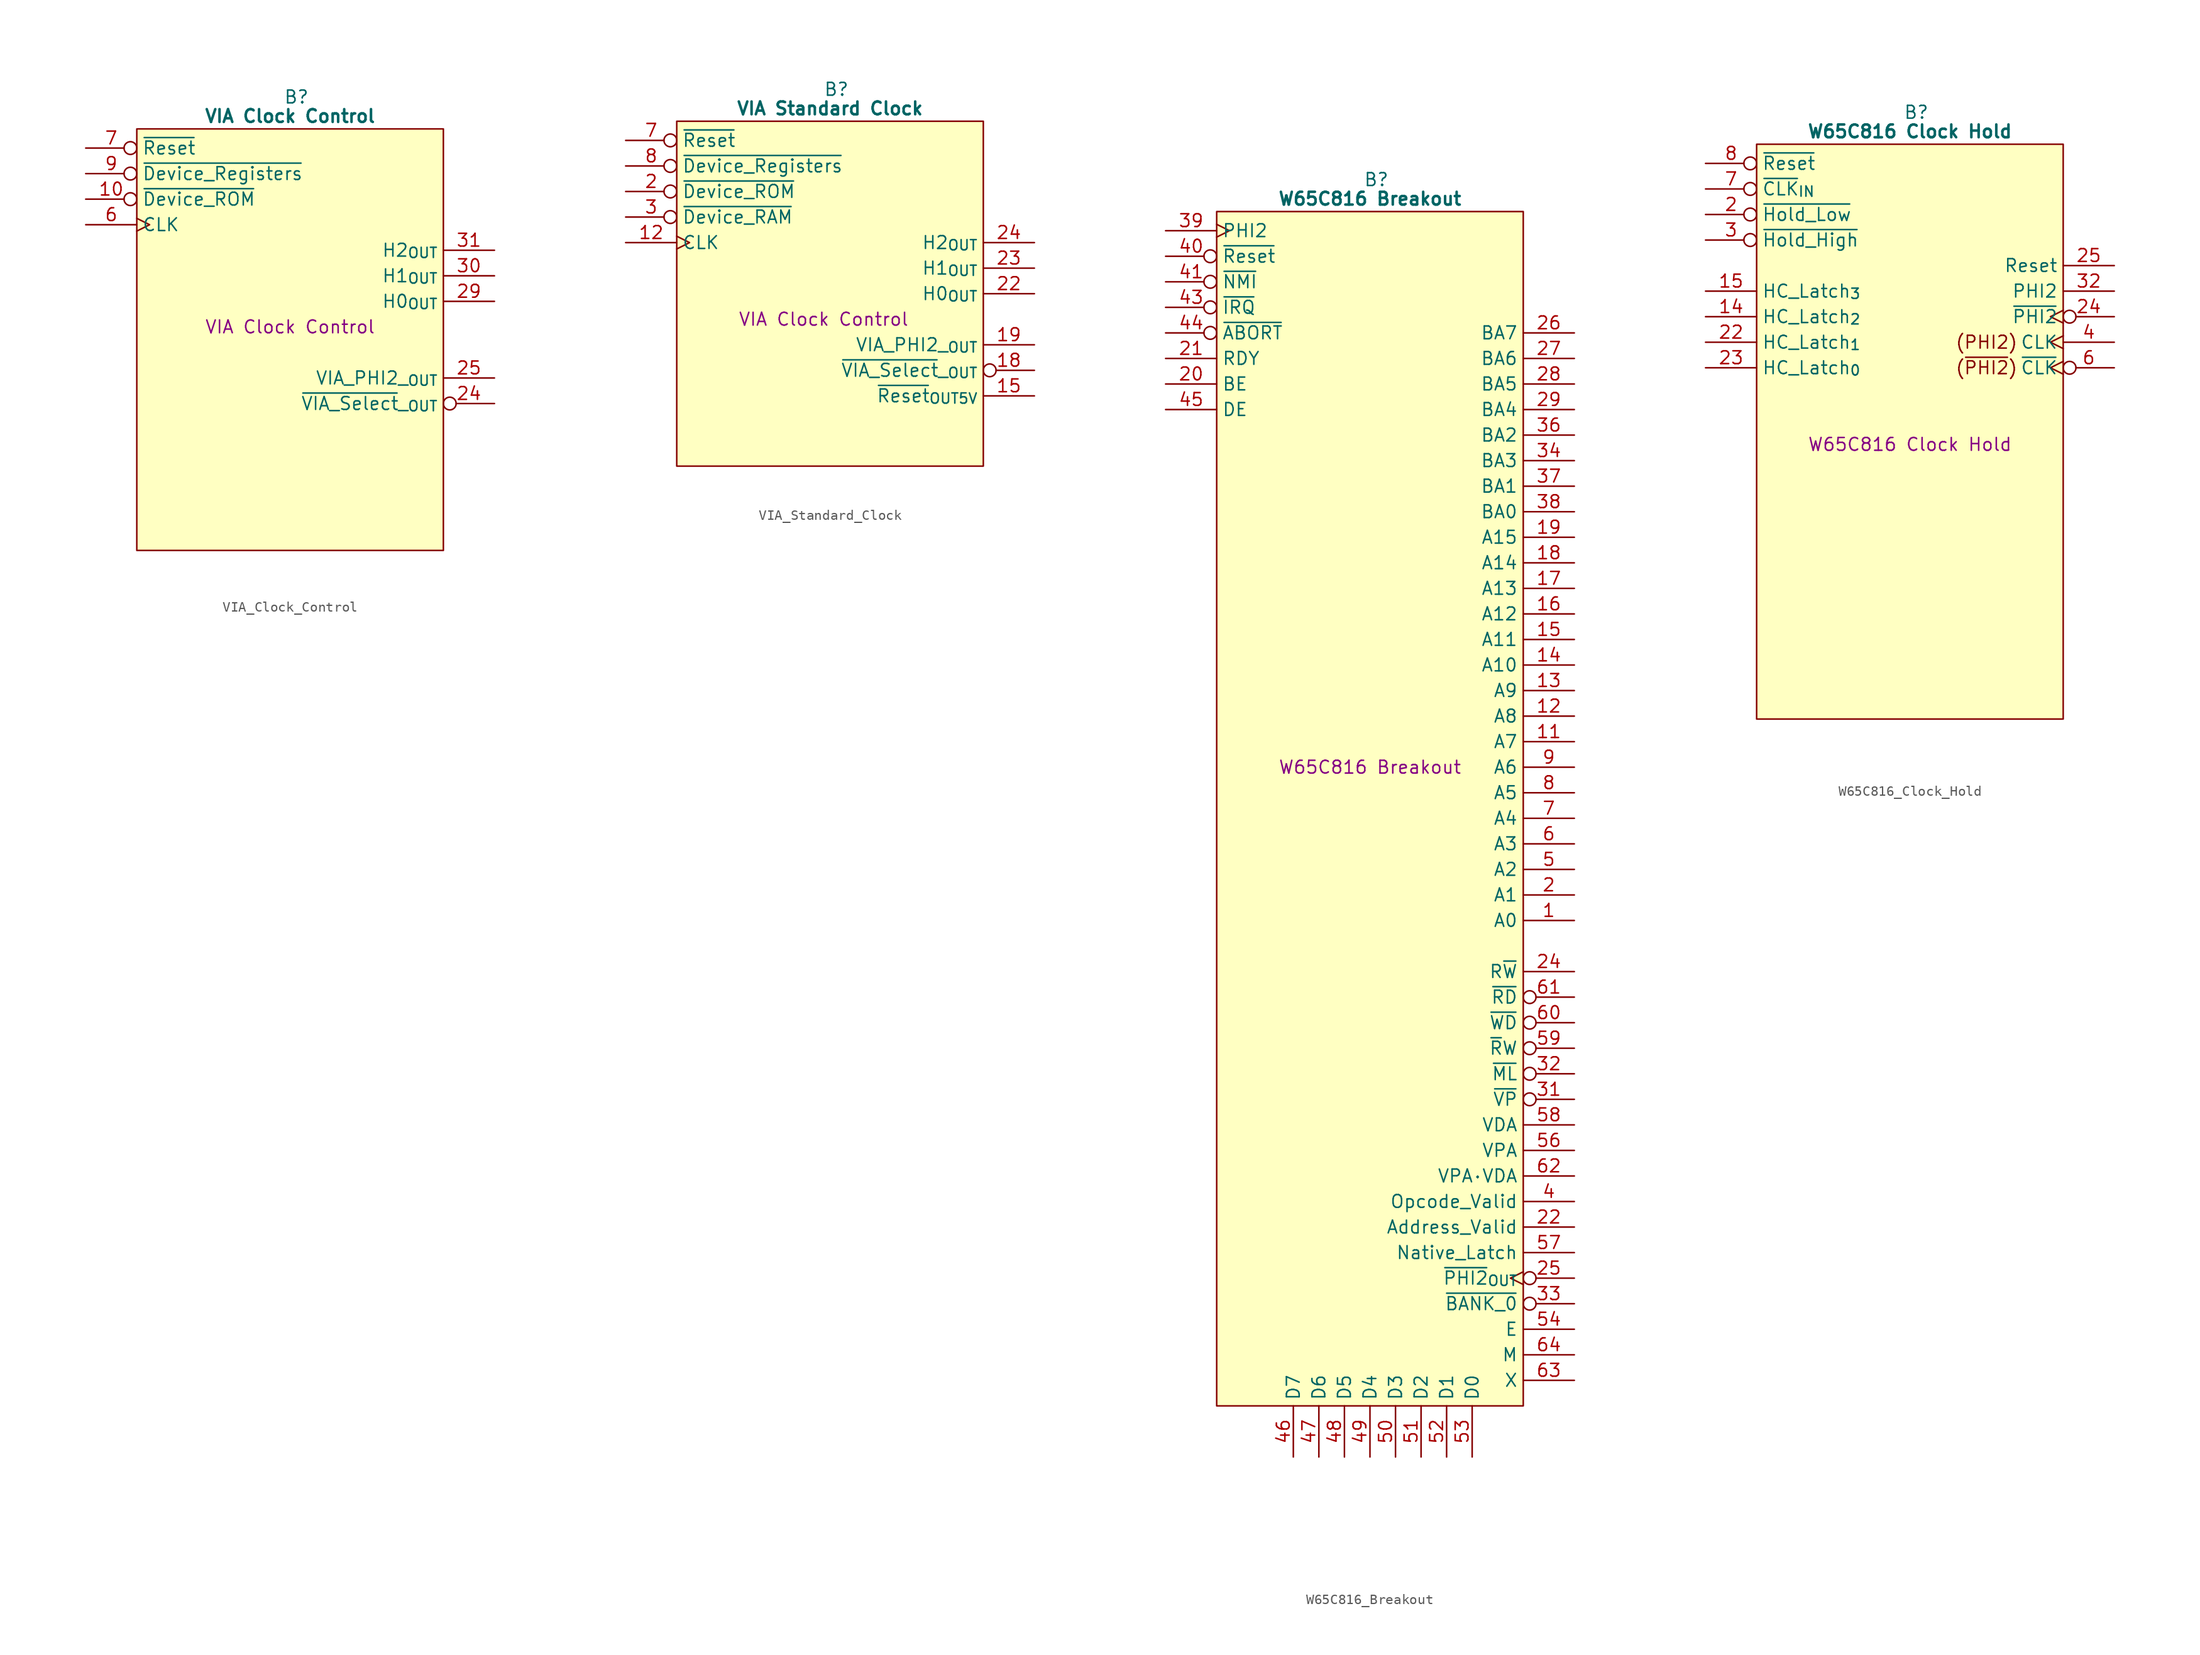
<source format=kicad_sym>
(kicad_symbol_lib
  (version 20220914)
  (generator kicad_symbol_editor)
  (symbol "VIA_Clock_Control"
    (property "Reference" "B"
      (at 15.875 5.08 0)
      (effects (font (size 1.27 1.27))))
    (property "Value" "VIA Clock Control"
      (at 15.24 3.175 0)
      (effects (font (size 1.27 1.27) bold)))
    (property "Description" "VIA Clock Control"
      (at 15.24 -17.78 0)
      (effects (font (size 1.27 1.27))))
    (symbol "VIA_Clock_Control_0_1"
      (polyline (pts (xy 0 1.905) (xy 30.48 1.905) (xy 30.48 -40.005) (xy 0 -40.005) (xy 0 1.905)) (stroke (width 0.152) (type default)) (fill (type background))))
    (symbol "VIA_Clock_Control_1_1"
      (pin passive line (at -5.08 -35.56 0) (length 5.08) hide (name "5V" (effects (font (size 1.27 1.27)))) (number "1" (effects (font (size 1.27 1.27)))))
      (pin input inverted (at -5.08 -5.08 0) (length 5.08) (name "~{Device_ROM}" (effects (font (size 1.27 1.27)))) (number "10" (effects (font (size 1.27 1.27)))))
      (pin no_connect line (at -5.08 -22.86 0) (length 5.08) hide (name "N.C." (effects (font (size 1.27 1.27)))) (number "11" (effects (font (size 1.27 1.27)))))
      (pin passive line (at 35.56 -2.54 180) (length 5.08) hide (name "GND" (effects (font (size 1.27 1.27)))) (number "12" (effects (font (size 1.27 1.27)))))
      (pin no_connect line (at -5.08 -20.32 0) (length 5.08) hide (name "N.C." (effects (font (size 1.27 1.27)))) (number "13" (effects (font (size 1.27 1.27)))))
      (pin no_connect line (at -5.08 -30.48 0) (length 5.08) hide (name "N.C." (effects (font (size 1.27 1.27)))) (number "14" (effects (font (size 1.27 1.27)))))
      (pin no_connect line (at -5.08 -27.94 0) (length 5.08) hide (name "N.C." (effects (font (size 1.27 1.27)))) (number "15" (effects (font (size 1.27 1.27)))))
      (pin no_connect line (at -5.08 -25.4 0) (length 5.08) hide (name "N.C." (effects (font (size 1.27 1.27)))) (number "16" (effects (font (size 1.27 1.27)))))
      (pin passive line (at -5.08 -38.1 0) (length 5.08) hide (name "5V" (effects (font (size 1.27 1.27)))) (number "17" (effects (font (size 1.27 1.27)))))
      (pin no_connect line (at -5.08 -33.02 0) (length 5.08) hide (name "N.C." (effects (font (size 1.27 1.27)))) (number "18" (effects (font (size 1.27 1.27)))))
      (pin no_connect line (at 35.56 -38.1 180) (length 5.08) hide (name "N.C." (effects (font (size 1.27 1.27)))) (number "19" (effects (font (size 1.27 1.27)))))
      (pin no_connect clock (at -5.08 -10.16 0) (length 5.08) hide (name "N.C." (effects (font (size 1.27 1.27)))) (number "2" (effects (font (size 1.27 1.27)))))
      (pin no_connect line (at 35.56 -35.56 180) (length 5.08) hide (name "N.C." (effects (font (size 1.27 1.27)))) (number "20" (effects (font (size 1.27 1.27)))))
      (pin passive line (at 35.56 -5.08 180) (length 5.08) hide (name "GND" (effects (font (size 1.27 1.27)))) (number "21" (effects (font (size 1.27 1.27)))))
      (pin no_connect line (at 35.56 -33.02 180) (length 5.08) hide (name "N.C." (effects (font (size 1.27 1.27)))) (number "22" (effects (font (size 1.27 1.27)))))
      (pin no_connect line (at 35.56 -30.48 180) (length 5.08) hide (name "N.C." (effects (font (size 1.27 1.27)))) (number "23" (effects (font (size 1.27 1.27)))))
      (pin output inverted (at 35.56 -25.4 180) (length 5.08) (name "~{VIA_Select}__{OUT}" (effects (font (size 1.27 1.27)))) (number "24" (effects (font (size 1.27 1.27)))))
      (pin output line (at 35.56 -22.86 180) (length 5.08) (name "VIA_PHI2__{OUT}" (effects (font (size 1.27 1.27)))) (number "25" (effects (font (size 1.27 1.27)))))
      (pin no_connect line (at 35.56 -27.94 180) (length 5.08) hide (name "N.C." (effects (font (size 1.27 1.27)))) (number "26" (effects (font (size 1.27 1.27)))))
      (pin no_connect line (at 35.56 -20.32 180) (length 5.08) hide (name "N.C." (effects (font (size 1.27 1.27)))) (number "27" (effects (font (size 1.27 1.27)))))
      (pin passive line (at 35.56 -7.62 180) (length 5.08) hide (name "GND" (effects (font (size 1.27 1.27)))) (number "28" (effects (font (size 1.27 1.27)))))
      (pin output line (at 35.56 -15.24 180) (length 5.08) (name "H0_{OUT}" (effects (font (size 1.27 1.27)))) (number "29" (effects (font (size 1.27 1.27)))))
      (pin no_connect line (at -5.08 -12.7 0) (length 5.08) hide (name "N.C." (effects (font (size 1.27 1.27)))) (number "3" (effects (font (size 1.27 1.27)))))
      (pin output line (at 35.56 -12.7 180) (length 5.08) (name "H1_{OUT}" (effects (font (size 1.27 1.27)))) (number "30" (effects (font (size 1.27 1.27)))))
      (pin output line (at 35.56 -10.16 180) (length 5.08) (name "H2_{OUT}" (effects (font (size 1.27 1.27)))) (number "31" (effects (font (size 1.27 1.27)))))
      (pin no_connect line (at 35.56 -17.78 180) (length 5.08) hide (name "N.C." (effects (font (size 1.27 1.27)))) (number "32" (effects (font (size 1.27 1.27)))))
      (pin no_connect line (at -5.08 -15.24 0) (length 5.08) hide (name "N.C." (effects (font (size 1.27 1.27)))) (number "4" (effects (font (size 1.27 1.27)))))
      (pin passive line (at 35.56 0 180) (length 5.08) hide (name "GND" (effects (font (size 1.27 1.27)))) (number "5" (effects (font (size 1.27 1.27)))))
      (pin input clock (at -5.08 -7.62 0) (length 5.08) (name "CLK" (effects (font (size 1.27 1.27)))) (number "6" (effects (font (size 1.27 1.27)))))
      (pin input inverted (at -5.08 0 0) (length 5.08) (name "~{Reset}" (effects (font (size 1.27 1.27)))) (number "7" (effects (font (size 1.27 1.27)))))
      (pin no_connect line (at -5.08 -17.78 0) (length 5.08) hide (name "N.C." (effects (font (size 1.27 1.27)))) (number "8" (effects (font (size 1.27 1.27)))))
      (pin input inverted (at -5.08 -2.54 0) (length 5.08) (name "~{Device_Registers}" (effects (font (size 1.27 1.27)))) (number "9" (effects (font (size 1.27 1.27)))))))
  (symbol "VIA_Standard_Clock"
    (property "Reference" "B"
      (at 15.875 5.08 0)
      (effects (font (size 1.27 1.27))))
    (property "Value" "VIA Standard Clock"
      (at 15.24 3.175 0)
      (effects (font (size 1.27 1.27) bold)))
    (property "Description" "VIA Clock Control"
      (at 14.605 -17.78 0)
      (effects (font (size 1.27 1.27))))
    (symbol "VIA_Standard_Clock_0_1"
      (polyline (pts (xy 0 1.905) (xy 30.48 1.905) (xy 30.48 -32.385) (xy 0 -32.385) (xy 0 1.905)) (stroke (width 0.152) (type default)) (fill (type background))))
    (symbol "VIA_Standard_Clock_1_1"
      (pin passive line (at -5.08 -27.94 0) (length 5.08) hide (name "5V" (effects (font (size 1.27 1.27)))) (number "1" (effects (font (size 1.27 1.27)))))
      (pin no_connect clock (at -5.08 -15.24 0) (length 5.08) hide (name "N.C." (effects (font (size 1.27 1.27)))) (number "10" (effects (font (size 1.27 1.27)))))
      (pin no_connect line (at -5.08 -17.78 0) (length 5.08) hide (name "N.C." (effects (font (size 1.27 1.27)))) (number "11" (effects (font (size 1.27 1.27)))))
      (pin input clock (at -5.08 -10.16 0) (length 5.08) (name "CLK" (effects (font (size 1.27 1.27)))) (number "12" (effects (font (size 1.27 1.27)))))
      (pin passive line (at -5.08 -30.48 0) (length 5.08) hide (name "5V" (effects (font (size 1.27 1.27)))) (number "13" (effects (font (size 1.27 1.27)))))
      (pin no_connect line (at -5.08 -20.32 0) (length 5.08) hide (name "N.C." (effects (font (size 1.27 1.27)))) (number "14" (effects (font (size 1.27 1.27)))))
      (pin output line (at 35.56 -25.4 180) (length 5.08) (name "~{Reset}_{OUT5V}" (effects (font (size 1.27 1.27)))) (number "15" (effects (font (size 1.27 1.27)))))
      (pin passive line (at 35.56 -5.08 180) (length 5.08) hide (name "GND" (effects (font (size 1.27 1.27)))) (number "16" (effects (font (size 1.27 1.27)))))
      (pin no_connect line (at -5.08 -22.86 0) (length 5.08) hide (name "N.C." (effects (font (size 1.27 1.27)))) (number "17" (effects (font (size 1.27 1.27)))))
      (pin output inverted (at 35.56 -22.86 180) (length 5.08) (name "~{VIA_Select}__{OUT}" (effects (font (size 1.27 1.27)))) (number "18" (effects (font (size 1.27 1.27)))))
      (pin output line (at 35.56 -20.32 180) (length 5.08) (name "VIA_PHI2__{OUT}" (effects (font (size 1.27 1.27)))) (number "19" (effects (font (size 1.27 1.27)))))
      (pin input inverted (at -5.08 -5.08 0) (length 5.08) (name "~{Device_ROM}" (effects (font (size 1.27 1.27)))) (number "2" (effects (font (size 1.27 1.27)))))
      (pin no_connect line (at 34.925 -17.78 180) (length 5.08) hide (name "N.C." (effects (font (size 1.27 1.27)))) (number "20" (effects (font (size 1.27 1.27)))))
      (pin passive line (at 35.56 -7.62 180) (length 5.08) hide (name "GND" (effects (font (size 1.27 1.27)))) (number "21" (effects (font (size 1.27 1.27)))))
      (pin output line (at 35.56 -15.24 180) (length 5.08) (name "H0_{OUT}" (effects (font (size 1.27 1.27)))) (number "22" (effects (font (size 1.27 1.27)))))
      (pin output line (at 35.56 -12.7 180) (length 5.08) (name "H1_{OUT}" (effects (font (size 1.27 1.27)))) (number "23" (effects (font (size 1.27 1.27)))))
      (pin output line (at 35.56 -10.16 180) (length 5.08) (name "H2_{OUT}" (effects (font (size 1.27 1.27)))) (number "24" (effects (font (size 1.27 1.27)))))
      (pin input inverted (at -5.08 -7.62 0) (length 5.08) (name "~{Device_RAM}" (effects (font (size 1.27 1.27)))) (number "3" (effects (font (size 1.27 1.27)))))
      (pin passive line (at 35.56 0 180) (length 5.08) hide (name "GND" (effects (font (size 1.27 1.27)))) (number "4" (effects (font (size 1.27 1.27)))))
      (pin no_connect line (at 35.56 -27.94 180) (length 5.08) hide (name "N.C." (effects (font (size 1.27 1.27)))) (number "5" (effects (font (size 1.27 1.27)))))
      (pin no_connect line (at 35.56 -30.48 180) (length 5.08) hide (name "N.C." (effects (font (size 1.27 1.27)))) (number "6" (effects (font (size 1.27 1.27)))))
      (pin input inverted (at -5.08 0 0) (length 5.08) (name "~{Reset}" (effects (font (size 1.27 1.27)))) (number "7" (effects (font (size 1.27 1.27)))))
      (pin input inverted (at -5.08 -2.54 0) (length 5.08) (name "~{Device_Registers}" (effects (font (size 1.27 1.27)))) (number "8" (effects (font (size 1.27 1.27)))))
      (pin passive line (at 35.56 -2.54 180) (length 5.08) hide (name "GND" (effects (font (size 1.27 1.27)))) (number "9" (effects (font (size 1.27 1.27)))))))
  (symbol "W65C816_Breakout"
    (property "Reference" "B"
      (at 15.875 5.08 0)
      (effects (font (size 1.27 1.27))))
    (property "Value" "W65C816 Breakout"
      (at 15.24 3.175 0)
      (effects (font (size 1.27 1.27) bold)))
    (property "Description" "W65C816 Breakout"
      (at 15.24 -53.34 0)
      (effects (font (size 1.27 1.27))))
    (symbol "W65C816_Breakout_0_1"
      (polyline (pts (xy 0 1.905) (xy 30.48 1.905) (xy 30.48 -116.84) (xy 0 -116.84) (xy 0 1.905)) (stroke (width 0.152) (type default)) (fill (type background))))
    (symbol "W65C816_Breakout_1_1"
      (pin output line (at 35.56 -68.58 180) (length 5.08) (name "A0" (effects (font (size 1.27 1.27)))) (number "1" (effects (font (size 1.27 1.27)))))
      (pin passive line (at 35.56 0 180) (length 5.08) hide (name "GND" (effects (font (size 1.27 1.27)))) (number "10" (effects (font (size 1.27 1.27)))))
      (pin output line (at 35.56 -50.8 180) (length 5.08) (name "A7" (effects (font (size 1.27 1.27)))) (number "11" (effects (font (size 1.27 1.27)))))
      (pin output line (at 35.56 -48.26 180) (length 5.08) (name "A8" (effects (font (size 1.27 1.27)))) (number "12" (effects (font (size 1.27 1.27)))))
      (pin output line (at 35.56 -45.72 180) (length 5.08) (name "A9" (effects (font (size 1.27 1.27)))) (number "13" (effects (font (size 1.27 1.27)))))
      (pin output line (at 35.56 -43.18 180) (length 5.08) (name "A10" (effects (font (size 1.27 1.27)))) (number "14" (effects (font (size 1.27 1.27)))))
      (pin output line (at 35.56 -40.64 180) (length 5.08) (name "A11" (effects (font (size 1.27 1.27)))) (number "15" (effects (font (size 1.27 1.27)))))
      (pin output line (at 35.56 -38.1 180) (length 5.08) (name "A12" (effects (font (size 1.27 1.27)))) (number "16" (effects (font (size 1.27 1.27)))))
      (pin output line (at 35.56 -35.56 180) (length 5.08) (name "A13" (effects (font (size 1.27 1.27)))) (number "17" (effects (font (size 1.27 1.27)))))
      (pin output line (at 35.56 -33.02 180) (length 5.08) (name "A14" (effects (font (size 1.27 1.27)))) (number "18" (effects (font (size 1.27 1.27)))))
      (pin output line (at 35.56 -30.48 180) (length 5.08) (name "A15" (effects (font (size 1.27 1.27)))) (number "19" (effects (font (size 1.27 1.27)))))
      (pin output line (at 35.56 -66.04 180) (length 5.08) (name "A1" (effects (font (size 1.27 1.27)))) (number "2" (effects (font (size 1.27 1.27)))))
      (pin input line (at -5.08 -15.24 0) (length 5.08) (name "BE" (effects (font (size 1.27 1.27)))) (number "20" (effects (font (size 1.27 1.27)))))
      (pin tri_state line (at -5.08 -12.7 0) (length 5.08) (name "RDY" (effects (font (size 1.27 1.27)))) (number "21" (effects (font (size 1.27 1.27)))))
      (pin output line (at 35.56 -99.06 180) (length 5.08) (name "Address_Valid" (effects (font (size 1.27 1.27)))) (number "22" (effects (font (size 1.27 1.27)))))
      (pin passive line (at 35.56 -2.54 180) (length 5.08) hide (name "GND" (effects (font (size 1.27 1.27)))) (number "23" (effects (font (size 1.27 1.27)))))
      (pin output line (at 35.56 -73.66 180) (length 5.08) (name "R~{W}" (effects (font (size 1.27 1.27)))) (number "24" (effects (font (size 1.27 1.27)))))
      (pin output inverted_clock (at 35.56 -104.14 180) (length 5.08) (name "~{PHI2}_{OUT}" (effects (font (size 1.27 1.27)))) (number "25" (effects (font (size 1.27 1.27)))))
      (pin output line (at 35.56 -10.16 180) (length 5.08) (name "BA7" (effects (font (size 1.27 1.27)))) (number "26" (effects (font (size 1.27 1.27)))))
      (pin output line (at 35.56 -12.7 180) (length 5.08) (name "BA6" (effects (font (size 1.27 1.27)))) (number "27" (effects (font (size 1.27 1.27)))))
      (pin output line (at 35.56 -15.24 180) (length 5.08) (name "BA5" (effects (font (size 1.27 1.27)))) (number "28" (effects (font (size 1.27 1.27)))))
      (pin output line (at 35.56 -17.78 180) (length 5.08) (name "BA4" (effects (font (size 1.27 1.27)))) (number "29" (effects (font (size 1.27 1.27)))))
      (pin passive line (at -5.08 -111.76 0) (length 5.08) hide (name "5V" (effects (font (size 1.27 1.27)))) (number "3" (effects (font (size 1.27 1.27)))))
      (pin no_connect line (at 35.56 -71.12 180) (length 5.08) hide (name "N.C." (effects (font (size 1.27 1.27)))) (number "30" (effects (font (size 1.27 1.27)))))
      (pin output inverted (at 35.56 -86.36 180) (length 5.08) (name "~{VP}" (effects (font (size 1.27 1.27)))) (number "31" (effects (font (size 1.27 1.27)))))
      (pin output inverted (at 35.56 -83.82 180) (length 5.08) (name "~{ML}" (effects (font (size 1.27 1.27)))) (number "32" (effects (font (size 1.27 1.27)))))
      (pin output inverted (at 35.56 -106.68 180) (length 5.08) (name "~{BANK_0}" (effects (font (size 1.27 1.27)))) (number "33" (effects (font (size 1.27 1.27)))))
      (pin output line (at 35.56 -22.86 180) (length 5.08) (name "BA3" (effects (font (size 1.27 1.27)))) (number "34" (effects (font (size 1.27 1.27)))))
      (pin passive line (at -5.08 -114.3 0) (length 5.08) hide (name "5V" (effects (font (size 1.27 1.27)))) (number "35" (effects (font (size 1.27 1.27)))))
      (pin output line (at 35.56 -20.32 180) (length 5.08) (name "BA2" (effects (font (size 1.27 1.27)))) (number "36" (effects (font (size 1.27 1.27)))))
      (pin output line (at 35.56 -25.4 180) (length 5.08) (name "BA1" (effects (font (size 1.27 1.27)))) (number "37" (effects (font (size 1.27 1.27)))))
      (pin output line (at 35.56 -27.94 180) (length 5.08) (name "BA0" (effects (font (size 1.27 1.27)))) (number "38" (effects (font (size 1.27 1.27)))))
      (pin input clock (at -5.08 0 0) (length 5.08) (name "PHI2" (effects (font (size 1.27 1.27)))) (number "39" (effects (font (size 1.27 1.27)))))
      (pin output line (at 35.56 -96.52 180) (length 5.08) (name "Opcode_Valid" (effects (font (size 1.27 1.27)))) (number "4" (effects (font (size 1.27 1.27)))))
      (pin input inverted (at -5.08 -2.54 0) (length 5.08) (name "~{Reset}" (effects (font (size 1.27 1.27)))) (number "40" (effects (font (size 1.27 1.27)))))
      (pin input inverted (at -5.08 -5.08 0) (length 5.08) (name "~{NMI}" (effects (font (size 1.27 1.27)))) (number "41" (effects (font (size 1.27 1.27)))))
      (pin passive line (at 35.56 -5.08 180) (length 5.08) hide (name "GND" (effects (font (size 1.27 1.27)))) (number "42" (effects (font (size 1.27 1.27)))))
      (pin input inverted (at -5.08 -7.62 0) (length 5.08) (name "~{IRQ}" (effects (font (size 1.27 1.27)))) (number "43" (effects (font (size 1.27 1.27)))))
      (pin input inverted (at -5.08 -10.16 0) (length 5.08) (name "~{ABORT}" (effects (font (size 1.27 1.27)))) (number "44" (effects (font (size 1.27 1.27)))))
      (pin input line (at -5.08 -17.78 0) (length 5.08) (name "DE" (effects (font (size 1.27 1.27)))) (number "45" (effects (font (size 1.27 1.27)))))
      (pin tri_state line (at 7.62 -121.92 90) (length 5.08) (name "D7" (effects (font (size 1.27 1.27)))) (number "46" (effects (font (size 1.27 1.27)))))
      (pin tri_state line (at 10.16 -121.92 90) (length 5.08) (name "D6" (effects (font (size 1.27 1.27)))) (number "47" (effects (font (size 1.27 1.27)))))
      (pin tri_state line (at 12.7 -121.92 90) (length 5.08) (name "D5" (effects (font (size 1.27 1.27)))) (number "48" (effects (font (size 1.27 1.27)))))
      (pin tri_state line (at 15.24 -121.92 90) (length 5.08) (name "D4" (effects (font (size 1.27 1.27)))) (number "49" (effects (font (size 1.27 1.27)))))
      (pin output line (at 35.56 -63.5 180) (length 5.08) (name "A2" (effects (font (size 1.27 1.27)))) (number "5" (effects (font (size 1.27 1.27)))))
      (pin tri_state line (at 17.78 -121.92 90) (length 5.08) (name "D3" (effects (font (size 1.27 1.27)))) (number "50" (effects (font (size 1.27 1.27)))))
      (pin tri_state line (at 20.32 -121.92 90) (length 5.08) (name "D2" (effects (font (size 1.27 1.27)))) (number "51" (effects (font (size 1.27 1.27)))))
      (pin tri_state line (at 22.86 -121.92 90) (length 5.08) (name "D1" (effects (font (size 1.27 1.27)))) (number "52" (effects (font (size 1.27 1.27)))))
      (pin tri_state line (at 25.4 -121.92 90) (length 5.08) (name "D0" (effects (font (size 1.27 1.27)))) (number "53" (effects (font (size 1.27 1.27)))))
      (pin output line (at 35.56 -109.22 180) (length 5.08) (name "E" (effects (font (size 1.27 1.27)))) (number "54" (effects (font (size 1.27 1.27)))))
      (pin passive line (at 35.56 -7.62 180) (length 5.08) hide (name "GND" (effects (font (size 1.27 1.27)))) (number "55" (effects (font (size 1.27 1.27)))))
      (pin output line (at 35.56 -91.44 180) (length 5.08) (name "VPA" (effects (font (size 1.27 1.27)))) (number "56" (effects (font (size 1.27 1.27)))))
      (pin output line (at 35.56 -101.6 180) (length 5.08) (name "Native_Latch" (effects (font (size 1.27 1.27)))) (number "57" (effects (font (size 1.27 1.27)))))
      (pin output line (at 35.56 -88.9 180) (length 5.08) (name "VDA" (effects (font (size 1.27 1.27)))) (number "58" (effects (font (size 1.27 1.27)))))
      (pin output inverted (at 35.56 -81.28 180) (length 5.08) (name "~{R}W" (effects (font (size 1.27 1.27)))) (number "59" (effects (font (size 1.27 1.27)))))
      (pin output line (at 35.56 -60.96 180) (length 5.08) (name "A3" (effects (font (size 1.27 1.27)))) (number "6" (effects (font (size 1.27 1.27)))))
      (pin output inverted (at 35.56 -78.74 180) (length 5.08) (name "~{WD}" (effects (font (size 1.27 1.27)))) (number "60" (effects (font (size 1.27 1.27)))))
      (pin output inverted (at 35.56 -76.2 180) (length 5.08) (name "~{RD}" (effects (font (size 1.27 1.27)))) (number "61" (effects (font (size 1.27 1.27)))))
      (pin output line (at 35.56 -93.98 180) (length 5.08) (name "VPA·VDA" (effects (font (size 1.27 1.27)))) (number "62" (effects (font (size 1.27 1.27)))))
      (pin output line (at 35.56 -114.3 180) (length 5.08) (name "X" (effects (font (size 1.27 1.27)))) (number "63" (effects (font (size 1.27 1.27)))))
      (pin output line (at 35.56 -111.76 180) (length 5.08) (name "M" (effects (font (size 1.27 1.27)))) (number "64" (effects (font (size 1.27 1.27)))))
      (pin output line (at 35.56 -58.42 180) (length 5.08) (name "A4" (effects (font (size 1.27 1.27)))) (number "7" (effects (font (size 1.27 1.27)))))
      (pin output line (at 35.56 -55.88 180) (length 5.08) (name "A5" (effects (font (size 1.27 1.27)))) (number "8" (effects (font (size 1.27 1.27)))))
      (pin output line (at 35.56 -53.34 180) (length 5.08) (name "A6" (effects (font (size 1.27 1.27)))) (number "9" (effects (font (size 1.27 1.27)))))))
  (symbol "W65C816_Clock_Hold"
    (property "Reference" "B"
      (at 15.875 5.08 0)
      (effects (font (size 1.27 1.27))))
    (property "Value" "W65C816 Clock Hold"
      (at 15.24 3.175 0)
      (effects (font (size 1.27 1.27) bold)))
    (property "Description" "W65C816 Clock Hold"
      (at 15.24 -27.94 0)
      (effects (font (size 1.27 1.27))))
    (symbol "W65C816_Clock_Hold_0_1"
      (polyline (pts (xy 0 1.905) (xy 30.48 1.905) (xy 30.48 -55.245) (xy 0 -55.245) (xy 0 1.905)) (stroke (width 0.152) (type default)) (fill (type background))))
    (symbol "W65C816_Clock_Hold_1_0"
      (text "(~{PHI2})" (at 22.86 -20.32 0) (effects (font (size 1.27 1.27)))))
    (symbol "W65C816_Clock_Hold_1_1"
      (text "(PHI2)" (at 22.86 -17.78 0) (effects (font (size 1.27 1.27))))
      (pin passive line (at -5.08 -50.8 0) (length 5.08) hide (name "5V" (effects (font (size 1.27 1.27)))) (number "1" (effects (font (size 1.27 1.27)))))
      (pin output line (at 35.56 -50.8 180) (length 5.08) hide (name "Hold_Count_{1}D" (effects (font (size 1.27 1.27)))) (number "10" (effects (font (size 1.27 1.27)))))
      (pin output line (at 35.56 -48.26 180) (length 5.08) hide (name "Hold_Count_{2}D" (effects (font (size 1.27 1.27)))) (number "11" (effects (font (size 1.27 1.27)))))
      (pin passive line (at 35.56 -2.54 180) (length 5.08) hide (name "GND" (effects (font (size 1.27 1.27)))) (number "12" (effects (font (size 1.27 1.27)))))
      (pin output line (at 35.56 -45.72 180) (length 5.08) hide (name "Hold_Count_{3}D" (effects (font (size 1.27 1.27)))) (number "13" (effects (font (size 1.27 1.27)))))
      (pin input line (at -5.08 -15.24 0) (length 5.08) (name "HC_Latch_{2}" (effects (font (size 1.27 1.27)))) (number "14" (effects (font (size 1.27 1.27)))))
      (pin input line (at -5.08 -12.7 0) (length 5.08) (name "HC_Latch_{3}" (effects (font (size 1.27 1.27)))) (number "15" (effects (font (size 1.27 1.27)))))
      (pin no_connect line (at -5.08 -48.26 0) (length 5.08) hide (name "N.C." (effects (font (size 1.27 1.27)))) (number "16" (effects (font (size 1.27 1.27)))))
      (pin passive line (at -5.08 -53.34 0) (length 5.08) hide (name "5V" (effects (font (size 1.27 1.27)))) (number "17" (effects (font (size 1.27 1.27)))))
      (pin output line (at 35.56 -22.86 180) (length 5.08) hide (name "CLK_High_Pulse" (effects (font (size 1.27 1.27)))) (number "18" (effects (font (size 1.27 1.27)))))
      (pin output inverted (at 35.56 -33.02 180) (length 5.08) hide (name "~{HC=CC}" (effects (font (size 1.27 1.27)))) (number "19" (effects (font (size 1.27 1.27)))))
      (pin input inverted (at -5.08 -5.08 0) (length 5.08) (name "~{Hold_Low}" (effects (font (size 1.27 1.27)))) (number "2" (effects (font (size 1.27 1.27)))))
      (pin output line (at 35.56 -30.48 180) (length 5.08) hide (name "HC=CC" (effects (font (size 1.27 1.27)))) (number "20" (effects (font (size 1.27 1.27)))))
      (pin passive line (at 35.56 -5.08 180) (length 5.08) hide (name "GND" (effects (font (size 1.27 1.27)))) (number "21" (effects (font (size 1.27 1.27)))))
      (pin input line (at -5.08 -17.78 0) (length 5.08) (name "HC_Latch_{1}" (effects (font (size 1.27 1.27)))) (number "22" (effects (font (size 1.27 1.27)))))
      (pin input line (at -5.08 -20.32 0) (length 5.08) (name "HC_Latch_{0}" (effects (font (size 1.27 1.27)))) (number "23" (effects (font (size 1.27 1.27)))))
      (pin output inverted_clock (at 35.56 -15.24 180) (length 5.08) (name "~{PHI2}" (effects (font (size 1.27 1.27)))) (number "24" (effects (font (size 1.27 1.27)))))
      (pin output line (at 35.56 -10.16 180) (length 5.08) (name "Reset" (effects (font (size 1.27 1.27)))) (number "25" (effects (font (size 1.27 1.27)))))
      (pin output line (at 35.56 -35.56 180) (length 5.08) hide (name "Clk_Count_{3}" (effects (font (size 1.27 1.27)))) (number "26" (effects (font (size 1.27 1.27)))))
      (pin output line (at 35.56 -38.1 180) (length 5.08) hide (name "Clk_Count_{2}" (effects (font (size 1.27 1.27)))) (number "27" (effects (font (size 1.27 1.27)))))
      (pin passive line (at 35.56 -7.62 180) (length 5.08) hide (name "GND" (effects (font (size 1.27 1.27)))) (number "28" (effects (font (size 1.27 1.27)))))
      (pin output line (at 35.56 -40.64 180) (length 5.08) hide (name "Clk_Count_{1}" (effects (font (size 1.27 1.27)))) (number "29" (effects (font (size 1.27 1.27)))))
      (pin input inverted (at -5.08 -7.62 0) (length 5.08) (name "~{Hold_High}" (effects (font (size 1.27 1.27)))) (number "3" (effects (font (size 1.27 1.27)))))
      (pin output line (at 35.56 -43.18 180) (length 5.08) hide (name "Clk_Count_{0}" (effects (font (size 1.27 1.27)))) (number "30" (effects (font (size 1.27 1.27)))))
      (pin output line (at 35.56 -25.4 180) (length 5.08) hide (name "CLK_Low_Pulse" (effects (font (size 1.27 1.27)))) (number "31" (effects (font (size 1.27 1.27)))))
      (pin output line (at 35.56 -12.7 180) (length 5.08) (name "PHI2" (effects (font (size 1.27 1.27)))) (number "32" (effects (font (size 1.27 1.27)))))
      (pin output clock (at 35.56 -17.78 180) (length 5.08) (name "CLK" (effects (font (size 1.27 1.27)))) (number "4" (effects (font (size 1.27 1.27)))))
      (pin passive line (at 35.56 0 180) (length 5.08) hide (name "GND" (effects (font (size 1.27 1.27)))) (number "5" (effects (font (size 1.27 1.27)))))
      (pin output inverted_clock (at 35.56 -20.32 180) (length 5.08) (name "~{CLK}" (effects (font (size 1.27 1.27)))) (number "6" (effects (font (size 1.27 1.27)))))
      (pin input inverted (at -5.08 -2.54 0) (length 5.08) (name "~{CLK}_{IN}" (effects (font (size 1.27 1.27)))) (number "7" (effects (font (size 1.27 1.27)))))
      (pin input inverted (at -5.08 0 0) (length 5.08) (name "~{Reset}" (effects (font (size 1.27 1.27)))) (number "8" (effects (font (size 1.27 1.27)))))
      (pin output line (at 35.56 -53.34 180) (length 5.08) hide (name "Hold_Count_{0}D" (effects (font (size 1.27 1.27)))) (number "9" (effects (font (size 1.27 1.27))))))))
</source>
